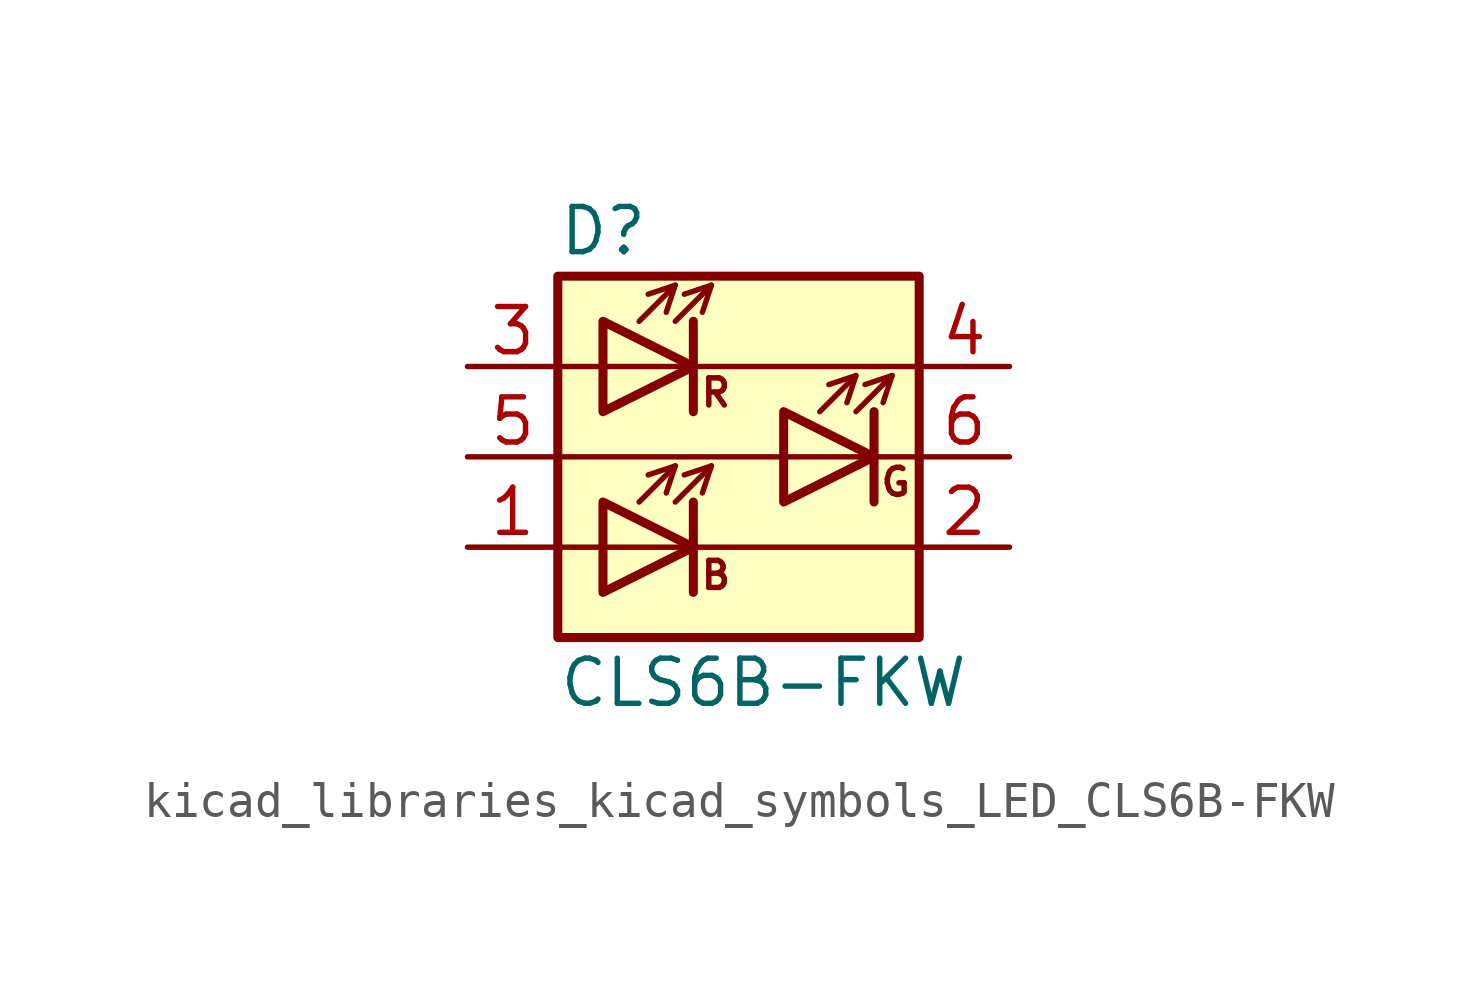
<source format=kicad_sym>
(kicad_symbol_lib
  (version 20220914)
  (generator kicad_symbol_editor)
  (symbol "kicad_libraries_kicad_symbols_LED_CLS6B-FKW"
    (pin_names hide)
    (property "Reference" "D"
      (at -5.08 6.35 0)
      (effects (font (size 1.27 1.27)) (justify left)))
    (property "Value" "CLS6B-FKW"
      (at -5.08 -6.35 0)
      (effects (font (size 1.27 1.27)) (justify left)))
    (symbol "kicad_libraries_kicad_symbols_LED_CLS6B-FKW_0_0"
      (text "B" (at -0.635 -3.327 0) (effects (font (size 0.762 0.762))))
      (text "G" (at 4.42 -0.711 0) (effects (font (size 0.762 0.762))))
      (text "R" (at -0.635 1.803 0) (effects (font (size 0.762 0.762)))))
    (symbol "kicad_libraries_kicad_symbols_LED_CLS6B-FKW_0_1"
      (rectangle (start -5.08 5.08) (end 5.08 -5.08) (stroke (width 0.254) (type default)) (fill (type background)))
      (polyline (pts (xy -5.08 -2.54) (xy 5.08 -2.54)) (stroke (width 0) (type default)) (fill (type none)))
      (polyline (pts (xy -5.08 0) (xy 5.08 0)) (stroke (width 0) (type default)) (fill (type none)))
      (polyline (pts (xy -5.08 2.54) (xy 5.08 2.54)) (stroke (width 0) (type default)) (fill (type none)))
      (polyline (pts (xy -2.794 -1.27) (xy -1.778 -0.254)) (stroke (width 0) (type default)) (fill (type none)))
      (polyline (pts (xy -2.794 3.81) (xy -1.778 4.826)) (stroke (width 0) (type default)) (fill (type none)))
      (polyline (pts (xy -1.778 -1.27) (xy -0.762 -0.254)) (stroke (width 0) (type default)) (fill (type none)))
      (polyline (pts (xy -1.778 3.81) (xy -0.762 4.826)) (stroke (width 0) (type default)) (fill (type none)))
      (polyline (pts (xy -1.27 -1.27) (xy -1.27 -3.81)) (stroke (width 0.254) (type default)) (fill (type none)))
      (polyline (pts (xy -1.27 3.81) (xy -1.27 1.27)) (stroke (width 0.254) (type default)) (fill (type none)))
      (polyline (pts (xy 2.286 1.27) (xy 3.302 2.286)) (stroke (width 0) (type default)) (fill (type none)))
      (polyline (pts (xy 3.302 1.27) (xy 4.318 2.286)) (stroke (width 0) (type default)) (fill (type none)))
      (polyline (pts (xy 3.81 1.27) (xy 3.81 -1.27)) (stroke (width 0.254) (type default)) (fill (type none)))
      (polyline (pts (xy -2.54 4.572) (xy -1.778 4.826) (xy -2.032 4.064)) (stroke (width 0) (type default)) (fill (type none)))
      (polyline (pts (xy -2.032 -1.016) (xy -1.778 -0.254) (xy -2.54 -0.508)) (stroke (width 0) (type default)) (fill (type none)))
      (polyline (pts (xy -1.524 -0.508) (xy -0.762 -0.254) (xy -1.016 -1.016)) (stroke (width 0) (type default)) (fill (type none)))
      (polyline (pts (xy -1.524 4.572) (xy -0.762 4.826) (xy -1.016 4.064)) (stroke (width 0) (type default)) (fill (type none)))
      (polyline (pts (xy 3.048 1.524) (xy 3.302 2.286) (xy 2.54 2.032)) (stroke (width 0) (type default)) (fill (type none)))
      (polyline (pts (xy 3.556 2.032) (xy 4.318 2.286) (xy 4.064 1.524)) (stroke (width 0) (type default)) (fill (type none)))
      (polyline (pts (xy -3.81 -1.27) (xy -3.81 -3.81) (xy -1.27 -2.54) (xy -3.81 -1.27)) (stroke (width 0.254) (type default)) (fill (type none)))
      (polyline (pts (xy -3.81 3.81) (xy -3.81 1.27) (xy -1.27 2.54) (xy -3.81 3.81)) (stroke (width 0.254) (type default)) (fill (type none)))
      (polyline (pts (xy 1.27 1.27) (xy 1.27 -1.27) (xy 3.81 0) (xy 1.27 1.27)) (stroke (width 0.254) (type default)) (fill (type none))))
    (symbol "kicad_libraries_kicad_symbols_LED_CLS6B-FKW_1_1"
      (pin passive line (at -7.62 -2.54 0) (length 2.54) (name "AB" (effects (font (size 1.27 1.27)))) (number "1" (effects (font (size 1.27 1.27)))))
      (pin passive line (at 7.62 -2.54 180) (length 2.54) (name "KB" (effects (font (size 1.27 1.27)))) (number "2" (effects (font (size 1.27 1.27)))))
      (pin passive line (at -7.62 2.54 0) (length 2.54) (name "AR" (effects (font (size 1.27 1.27)))) (number "3" (effects (font (size 1.27 1.27)))))
      (pin passive line (at 7.62 2.54 180) (length 2.54) (name "KR" (effects (font (size 1.27 1.27)))) (number "4" (effects (font (size 1.27 1.27)))))
      (pin passive line (at -7.62 0 0) (length 2.54) (name "AG" (effects (font (size 1.27 1.27)))) (number "5" (effects (font (size 1.27 1.27)))))
      (pin passive line (at 7.62 0 180) (length 2.54) (name "KR" (effects (font (size 1.27 1.27)))) (number "6" (effects (font (size 1.27 1.27))))))))
</source>
